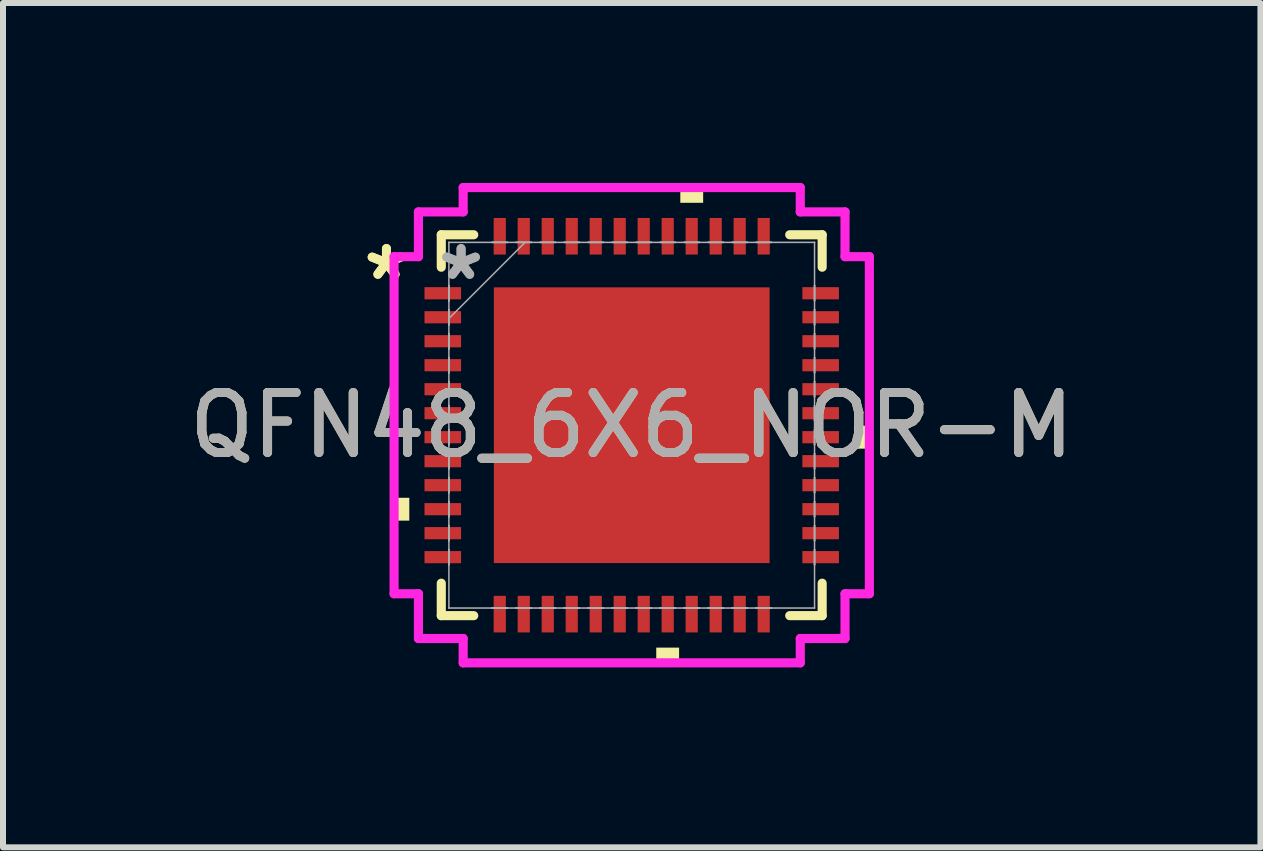
<source format=kicad_pcb>
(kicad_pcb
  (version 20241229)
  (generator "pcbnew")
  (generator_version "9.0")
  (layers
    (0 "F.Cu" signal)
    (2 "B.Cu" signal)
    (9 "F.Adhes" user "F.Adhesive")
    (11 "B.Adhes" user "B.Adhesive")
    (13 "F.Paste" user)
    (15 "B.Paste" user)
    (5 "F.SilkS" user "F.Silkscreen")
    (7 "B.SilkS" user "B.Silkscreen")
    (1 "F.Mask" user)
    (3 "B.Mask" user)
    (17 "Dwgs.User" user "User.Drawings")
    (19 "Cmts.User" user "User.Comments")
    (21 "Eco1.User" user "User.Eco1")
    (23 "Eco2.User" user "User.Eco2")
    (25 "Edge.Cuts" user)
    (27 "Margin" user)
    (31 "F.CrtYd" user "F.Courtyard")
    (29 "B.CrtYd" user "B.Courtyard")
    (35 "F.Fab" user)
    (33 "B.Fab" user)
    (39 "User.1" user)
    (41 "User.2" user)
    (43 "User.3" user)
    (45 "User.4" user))
  (footprint "QFN48_6X6_NOR-M"
    (layer "F.Cu")
    (at 7.482 4.039)
    (property "Reference" "QFN48_6X6_NOR-M" (at 0 0 0) (unlocked yes) (layer "F.SilkS") (effects (font (size 1 1) (thickness 0.15))))
    (attr smd)
    (fp_line (start -3.175 -3.175) (end -3.175 -2.634) (stroke (width 0.152) (type solid)) (layer "F.SilkS"))
    (fp_line (start -3.175 2.634) (end -3.175 3.175) (stroke (width 0.152) (type solid)) (layer "F.SilkS"))
    (fp_line (start -3.175 3.175) (end -2.634 3.175) (stroke (width 0.152) (type solid)) (layer "F.SilkS"))
    (fp_line (start -2.634 -3.175) (end -3.175 -3.175) (stroke (width 0.152) (type solid)) (layer "F.SilkS"))
    (fp_line (start 2.634 3.175) (end 3.175 3.175) (stroke (width 0.152) (type solid)) (layer "F.SilkS"))
    (fp_line (start 3.175 -3.175) (end 2.634 -3.175) (stroke (width 0.152) (type solid)) (layer "F.SilkS"))
    (fp_line (start 3.175 -2.634) (end 3.175 -3.175) (stroke (width 0.152) (type solid)) (layer "F.SilkS"))
    (fp_line (start 3.175 3.175) (end 3.175 2.634) (stroke (width 0.152) (type solid)) (layer "F.SilkS"))
    (fp_poly (pts (xy -3.962 1.21) (xy -3.962 1.591) (xy -3.708 1.591) (xy -3.708 1.21)) (stroke (width 0) (type solid)) (fill yes) (layer "F.SilkS"))
    (fp_poly (pts (xy 0.409 3.708) (xy 0.409 3.962) (xy 0.79 3.962) (xy 0.79 3.708)) (stroke (width 0) (type solid)) (fill yes) (layer "F.SilkS"))
    (fp_poly (pts (xy 0.81 -3.708) (xy 0.81 -3.962) (xy 1.191 -3.962) (xy 1.191 -3.708)) (stroke (width 0) (type solid)) (fill yes) (layer "F.SilkS"))
    (fp_poly (pts (xy 3.962 0.009) (xy 3.962 0.391) (xy 3.708 0.391) (xy 3.708 0.009)) (stroke (width 0) (type solid)) (fill yes) (layer "F.SilkS"))
    (fp_poly (pts (xy -2.199 -2.199) (xy -2.199 -0.866) (xy -0.866 -0.866) (xy -0.866 -2.199)) (stroke (width 0) (type solid)) (fill yes) (layer "F.Paste"))
    (fp_poly (pts (xy -2.199 -0.666) (xy -2.199 0.666) (xy -0.866 0.666) (xy -0.866 -0.666)) (stroke (width 0) (type solid)) (fill yes) (layer "F.Paste"))
    (fp_poly (pts (xy -2.199 0.866) (xy -2.199 2.199) (xy -0.866 2.199) (xy -0.866 0.866)) (stroke (width 0) (type solid)) (fill yes) (layer "F.Paste"))
    (fp_poly (pts (xy -0.666 -2.199) (xy -0.666 -0.866) (xy 0.666 -0.866) (xy 0.666 -2.199)) (stroke (width 0) (type solid)) (fill yes) (layer "F.Paste"))
    (fp_poly (pts (xy -0.666 -0.666) (xy -0.666 0.666) (xy 0.666 0.666) (xy 0.666 -0.666)) (stroke (width 0) (type solid)) (fill yes) (layer "F.Paste"))
    (fp_poly (pts (xy -0.666 0.866) (xy -0.666 2.199) (xy 0.666 2.199) (xy 0.666 0.866)) (stroke (width 0) (type solid)) (fill yes) (layer "F.Paste"))
    (fp_poly (pts (xy 0.866 -2.199) (xy 0.866 -0.866) (xy 2.199 -0.866) (xy 2.199 -2.199)) (stroke (width 0) (type solid)) (fill yes) (layer "F.Paste"))
    (fp_poly (pts (xy 0.866 -0.666) (xy 0.866 0.666) (xy 2.199 0.666) (xy 2.199 -0.666)) (stroke (width 0) (type solid)) (fill yes) (layer "F.Paste"))
    (fp_poly (pts (xy 0.866 0.866) (xy 0.866 2.199) (xy 2.199 2.199) (xy 2.199 0.866)) (stroke (width 0) (type solid)) (fill yes) (layer "F.Paste"))
    (fp_line (start -3.962 -2.81) (end -3.556 -2.81) (stroke (width 0.152) (type solid)) (layer "F.CrtYd"))
    (fp_line (start -3.962 2.81) (end -3.962 -2.81) (stroke (width 0.152) (type solid)) (layer "F.CrtYd"))
    (fp_line (start -3.556 -3.556) (end -2.81 -3.556) (stroke (width 0.152) (type solid)) (layer "F.CrtYd"))
    (fp_line (start -3.556 -2.81) (end -3.556 -3.556) (stroke (width 0.152) (type solid)) (layer "F.CrtYd"))
    (fp_line (start -3.556 2.81) (end -3.962 2.81) (stroke (width 0.152) (type solid)) (layer "F.CrtYd"))
    (fp_line (start -3.556 3.556) (end -3.556 2.81) (stroke (width 0.152) (type solid)) (layer "F.CrtYd"))
    (fp_line (start -2.81 -3.962) (end 2.81 -3.962) (stroke (width 0.152) (type solid)) (layer "F.CrtYd"))
    (fp_line (start -2.81 -3.556) (end -2.81 -3.962) (stroke (width 0.152) (type solid)) (layer "F.CrtYd"))
    (fp_line (start -2.81 3.556) (end -3.556 3.556) (stroke (width 0.152) (type solid)) (layer "F.CrtYd"))
    (fp_line (start -2.81 3.962) (end -2.81 3.556) (stroke (width 0.152) (type solid)) (layer "F.CrtYd"))
    (fp_line (start 2.81 -3.962) (end 2.81 -3.556) (stroke (width 0.152) (type solid)) (layer "F.CrtYd"))
    (fp_line (start 2.81 -3.556) (end 3.556 -3.556) (stroke (width 0.152) (type solid)) (layer "F.CrtYd"))
    (fp_line (start 2.81 3.556) (end 2.81 3.962) (stroke (width 0.152) (type solid)) (layer "F.CrtYd"))
    (fp_line (start 2.81 3.962) (end -2.81 3.962) (stroke (width 0.152) (type solid)) (layer "F.CrtYd"))
    (fp_line (start 3.556 -3.556) (end 3.556 -2.81) (stroke (width 0.152) (type solid)) (layer "F.CrtYd"))
    (fp_line (start 3.556 -2.81) (end 3.962 -2.81) (stroke (width 0.152) (type solid)) (layer "F.CrtYd"))
    (fp_line (start 3.556 2.81) (end 3.556 3.556) (stroke (width 0.152) (type solid)) (layer "F.CrtYd"))
    (fp_line (start 3.556 3.556) (end 2.81 3.556) (stroke (width 0.152) (type solid)) (layer "F.CrtYd"))
    (fp_line (start 3.962 -2.81) (end 3.962 2.81) (stroke (width 0.152) (type solid)) (layer "F.CrtYd"))
    (fp_line (start 3.962 2.81) (end 3.556 2.81) (stroke (width 0.152) (type solid)) (layer "F.CrtYd"))
    (fp_line (start -3.048 -3.048) (end -3.048 -3.048) (stroke (width 0.025) (type solid)) (layer "F.Fab"))
    (fp_line (start -3.048 -3.048) (end -3.048 3.048) (stroke (width 0.025) (type solid)) (layer "F.Fab"))
    (fp_line (start -3.048 -2.327) (end -3.048 -2.327) (stroke (width 0.025) (type solid)) (layer "F.Fab"))
    (fp_line (start -3.048 -2.327) (end -3.048 -2.073) (stroke (width 0.025) (type solid)) (layer "F.Fab"))
    (fp_line (start -3.048 -2.073) (end -3.048 -2.327) (stroke (width 0.025) (type solid)) (layer "F.Fab"))
    (fp_line (start -3.048 -2.073) (end -3.048 -2.073) (stroke (width 0.025) (type solid)) (layer "F.Fab"))
    (fp_line (start -3.048 -1.927) (end -3.048 -1.927) (stroke (width 0.025) (type solid)) (layer "F.Fab"))
    (fp_line (start -3.048 -1.927) (end -3.048 -1.673) (stroke (width 0.025) (type solid)) (layer "F.Fab"))
    (fp_line (start -3.048 -1.778) (end -1.778 -3.048) (stroke (width 0.025) (type solid)) (layer "F.Fab"))
    (fp_line (start -3.048 -1.673) (end -3.048 -1.927) (stroke (width 0.025) (type solid)) (layer "F.Fab"))
    (fp_line (start -3.048 -1.673) (end -3.048 -1.673) (stroke (width 0.025) (type solid)) (layer "F.Fab"))
    (fp_line (start -3.048 -1.527) (end -3.048 -1.527) (stroke (width 0.025) (type solid)) (layer "F.Fab"))
    (fp_line (start -3.048 -1.527) (end -3.048 -1.273) (stroke (width 0.025) (type solid)) (layer "F.Fab"))
    (fp_line (start -3.048 -1.273) (end -3.048 -1.527) (stroke (width 0.025) (type solid)) (layer "F.Fab"))
    (fp_line (start -3.048 -1.273) (end -3.048 -1.273) (stroke (width 0.025) (type solid)) (layer "F.Fab"))
    (fp_line (start -3.048 -1.127) (end -3.048 -1.127) (stroke (width 0.025) (type solid)) (layer "F.Fab"))
    (fp_line (start -3.048 -1.127) (end -3.048 -0.873) (stroke (width 0.025) (type solid)) (layer "F.Fab"))
    (fp_line (start -3.048 -0.873) (end -3.048 -1.127) (stroke (width 0.025) (type solid)) (layer "F.Fab"))
    (fp_line (start -3.048 -0.873) (end -3.048 -0.873) (stroke (width 0.025) (type solid)) (layer "F.Fab"))
    (fp_line (start -3.048 -0.727) (end -3.048 -0.727) (stroke (width 0.025) (type solid)) (layer "F.Fab"))
    (fp_line (start -3.048 -0.727) (end -3.048 -0.473) (stroke (width 0.025) (type solid)) (layer "F.Fab"))
    (fp_line (start -3.048 -0.473) (end -3.048 -0.727) (stroke (width 0.025) (type solid)) (layer "F.Fab"))
    (fp_line (start -3.048 -0.473) (end -3.048 -0.473) (stroke (width 0.025) (type solid)) (layer "F.Fab"))
    (fp_line (start -3.048 -0.327) (end -3.048 -0.327) (stroke (width 0.025) (type solid)) (layer "F.Fab"))
    (fp_line (start -3.048 -0.327) (end -3.048 -0.073) (stroke (width 0.025) (type solid)) (layer "F.Fab"))
    (fp_line (start -3.048 -0.073) (end -3.048 -0.327) (stroke (width 0.025) (type solid)) (layer "F.Fab"))
    (fp_line (start -3.048 -0.073) (end -3.048 -0.073) (stroke (width 0.025) (type solid)) (layer "F.Fab"))
    (fp_line (start -3.048 0.073) (end -3.048 0.073) (stroke (width 0.025) (type solid)) (layer "F.Fab"))
    (fp_line (start -3.048 0.073) (end -3.048 0.327) (stroke (width 0.025) (type solid)) (layer "F.Fab"))
    (fp_line (start -3.048 0.327) (end -3.048 0.073) (stroke (width 0.025) (type solid)) (layer "F.Fab"))
    (fp_line (start -3.048 0.327) (end -3.048 0.327) (stroke (width 0.025) (type solid)) (layer "F.Fab"))
    (fp_line (start -3.048 0.473) (end -3.048 0.473) (stroke (width 0.025) (type solid)) (layer "F.Fab"))
    (fp_line (start -3.048 0.473) (end -3.048 0.727) (stroke (width 0.025) (type solid)) (layer "F.Fab"))
    (fp_line (start -3.048 0.727) (end -3.048 0.473) (stroke (width 0.025) (type solid)) (layer "F.Fab"))
    (fp_line (start -3.048 0.727) (end -3.048 0.727) (stroke (width 0.025) (type solid)) (layer "F.Fab"))
    (fp_line (start -3.048 0.873) (end -3.048 0.873) (stroke (width 0.025) (type solid)) (layer "F.Fab"))
    (fp_line (start -3.048 0.873) (end -3.048 1.127) (stroke (width 0.025) (type solid)) (layer "F.Fab"))
    (fp_line (start -3.048 1.127) (end -3.048 0.873) (stroke (width 0.025) (type solid)) (layer "F.Fab"))
    (fp_line (start -3.048 1.127) (end -3.048 1.127) (stroke (width 0.025) (type solid)) (layer "F.Fab"))
    (fp_line (start -3.048 1.273) (end -3.048 1.273) (stroke (width 0.025) (type solid)) (layer "F.Fab"))
    (fp_line (start -3.048 1.273) (end -3.048 1.527) (stroke (width 0.025) (type solid)) (layer "F.Fab"))
    (fp_line (start -3.048 1.527) (end -3.048 1.273) (stroke (width 0.025) (type solid)) (layer "F.Fab"))
    (fp_line (start -3.048 1.527) (end -3.048 1.527) (stroke (width 0.025) (type solid)) (layer "F.Fab"))
    (fp_line (start -3.048 1.673) (end -3.048 1.673) (stroke (width 0.025) (type solid)) (layer "F.Fab"))
    (fp_line (start -3.048 1.673) (end -3.048 1.927) (stroke (width 0.025) (type solid)) (layer "F.Fab"))
    (fp_line (start -3.048 1.927) (end -3.048 1.673) (stroke (width 0.025) (type solid)) (layer "F.Fab"))
    (fp_line (start -3.048 1.927) (end -3.048 1.927) (stroke (width 0.025) (type solid)) (layer "F.Fab"))
    (fp_line (start -3.048 2.073) (end -3.048 2.073) (stroke (width 0.025) (type solid)) (layer "F.Fab"))
    (fp_line (start -3.048 2.073) (end -3.048 2.327) (stroke (width 0.025) (type solid)) (layer "F.Fab"))
    (fp_line (start -3.048 2.327) (end -3.048 2.073) (stroke (width 0.025) (type solid)) (layer "F.Fab"))
    (fp_line (start -3.048 2.327) (end -3.048 2.327) (stroke (width 0.025) (type solid)) (layer "F.Fab"))
    (fp_line (start -3.048 3.048) (end -3.048 3.048) (stroke (width 0.025) (type solid)) (layer "F.Fab"))
    (fp_line (start -3.048 3.048) (end 3.048 3.048) (stroke (width 0.025) (type solid)) (layer "F.Fab"))
    (fp_line (start -2.327 -3.048) (end -2.327 -3.048) (stroke (width 0.025) (type solid)) (layer "F.Fab"))
    (fp_line (start -2.327 -3.048) (end -2.073 -3.048) (stroke (width 0.025) (type solid)) (layer "F.Fab"))
    (fp_line (start -2.327 3.048) (end -2.327 3.048) (stroke (width 0.025) (type solid)) (layer "F.Fab"))
    (fp_line (start -2.327 3.048) (end -2.073 3.048) (stroke (width 0.025) (type solid)) (layer "F.Fab"))
    (fp_line (start -2.073 -3.048) (end -2.327 -3.048) (stroke (width 0.025) (type solid)) (layer "F.Fab"))
    (fp_line (start -2.073 -3.048) (end -2.073 -3.048) (stroke (width 0.025) (type solid)) (layer "F.Fab"))
    (fp_line (start -2.073 3.048) (end -2.327 3.048) (stroke (width 0.025) (type solid)) (layer "F.Fab"))
    (fp_line (start -2.073 3.048) (end -2.073 3.048) (stroke (width 0.025) (type solid)) (layer "F.Fab"))
    (fp_line (start -1.927 -3.048) (end -1.927 -3.048) (stroke (width 0.025) (type solid)) (layer "F.Fab"))
    (fp_line (start -1.927 -3.048) (end -1.673 -3.048) (stroke (width 0.025) (type solid)) (layer "F.Fab"))
    (fp_line (start -1.927 3.048) (end -1.927 3.048) (stroke (width 0.025) (type solid)) (layer "F.Fab"))
    (fp_line (start -1.927 3.048) (end -1.673 3.048) (stroke (width 0.025) (type solid)) (layer "F.Fab"))
    (fp_line (start -1.673 -3.048) (end -1.927 -3.048) (stroke (width 0.025) (type solid)) (layer "F.Fab"))
    (fp_line (start -1.673 -3.048) (end -1.673 -3.048) (stroke (width 0.025) (type solid)) (layer "F.Fab"))
    (fp_line (start -1.673 3.048) (end -1.927 3.048) (stroke (width 0.025) (type solid)) (layer "F.Fab"))
    (fp_line (start -1.673 3.048) (end -1.673 3.048) (stroke (width 0.025) (type solid)) (layer "F.Fab"))
    (fp_line (start -1.527 -3.048) (end -1.527 -3.048) (stroke (width 0.025) (type solid)) (layer "F.Fab"))
    (fp_line (start -1.527 -3.048) (end -1.273 -3.048) (stroke (width 0.025) (type solid)) (layer "F.Fab"))
    (fp_line (start -1.527 3.048) (end -1.527 3.048) (stroke (width 0.025) (type solid)) (layer "F.Fab"))
    (fp_line (start -1.527 3.048) (end -1.273 3.048) (stroke (width 0.025) (type solid)) (layer "F.Fab"))
    (fp_line (start -1.273 -3.048) (end -1.527 -3.048) (stroke (width 0.025) (type solid)) (layer "F.Fab"))
    (fp_line (start -1.273 -3.048) (end -1.273 -3.048) (stroke (width 0.025) (type solid)) (layer "F.Fab"))
    (fp_line (start -1.273 3.048) (end -1.527 3.048) (stroke (width 0.025) (type solid)) (layer "F.Fab"))
    (fp_line (start -1.273 3.048) (end -1.273 3.048) (stroke (width 0.025) (type solid)) (layer "F.Fab"))
    (fp_line (start -1.127 -3.048) (end -1.127 -3.048) (stroke (width 0.025) (type solid)) (layer "F.Fab"))
    (fp_line (start -1.127 -3.048) (end -0.873 -3.048) (stroke (width 0.025) (type solid)) (layer "F.Fab"))
    (fp_line (start -1.127 3.048) (end -1.127 3.048) (stroke (width 0.025) (type solid)) (layer "F.Fab"))
    (fp_line (start -1.127 3.048) (end -0.873 3.048) (stroke (width 0.025) (type solid)) (layer "F.Fab"))
    (fp_line (start -0.873 -3.048) (end -1.127 -3.048) (stroke (width 0.025) (type solid)) (layer "F.Fab"))
    (fp_line (start -0.873 -3.048) (end -0.873 -3.048) (stroke (width 0.025) (type solid)) (layer "F.Fab"))
    (fp_line (start -0.873 3.048) (end -1.127 3.048) (stroke (width 0.025) (type solid)) (layer "F.Fab"))
    (fp_line (start -0.873 3.048) (end -0.873 3.048) (stroke (width 0.025) (type solid)) (layer "F.Fab"))
    (fp_line (start -0.727 -3.048) (end -0.727 -3.048) (stroke (width 0.025) (type solid)) (layer "F.Fab"))
    (fp_line (start -0.727 -3.048) (end -0.473 -3.048) (stroke (width 0.025) (type solid)) (layer "F.Fab"))
    (fp_line (start -0.727 3.048) (end -0.727 3.048) (stroke (width 0.025) (type solid)) (layer "F.Fab"))
    (fp_line (start -0.727 3.048) (end -0.473 3.048) (stroke (width 0.025) (type solid)) (layer "F.Fab"))
    (fp_line (start -0.473 -3.048) (end -0.727 -3.048) (stroke (width 0.025) (type solid)) (layer "F.Fab"))
    (fp_line (start -0.473 -3.048) (end -0.473 -3.048) (stroke (width 0.025) (type solid)) (layer "F.Fab"))
    (fp_line (start -0.473 3.048) (end -0.727 3.048) (stroke (width 0.025) (type solid)) (layer "F.Fab"))
    (fp_line (start -0.473 3.048) (end -0.473 3.048) (stroke (width 0.025) (type solid)) (layer "F.Fab"))
    (fp_line (start -0.327 -3.048) (end -0.327 -3.048) (stroke (width 0.025) (type solid)) (layer "F.Fab"))
    (fp_line (start -0.327 -3.048) (end -0.073 -3.048) (stroke (width 0.025) (type solid)) (layer "F.Fab"))
    (fp_line (start -0.327 3.048) (end -0.327 3.048) (stroke (width 0.025) (type solid)) (layer "F.Fab"))
    (fp_line (start -0.327 3.048) (end -0.073 3.048) (stroke (width 0.025) (type solid)) (layer "F.Fab"))
    (fp_line (start -0.073 -3.048) (end -0.327 -3.048) (stroke (width 0.025) (type solid)) (layer "F.Fab"))
    (fp_line (start -0.073 -3.048) (end -0.073 -3.048) (stroke (width 0.025) (type solid)) (layer "F.Fab"))
    (fp_line (start -0.073 3.048) (end -0.327 3.048) (stroke (width 0.025) (type solid)) (layer "F.Fab"))
    (fp_line (start -0.073 3.048) (end -0.073 3.048) (stroke (width 0.025) (type solid)) (layer "F.Fab"))
    (fp_line (start 0.073 -3.048) (end 0.073 -3.048) (stroke (width 0.025) (type solid)) (layer "F.Fab"))
    (fp_line (start 0.073 -3.048) (end 0.327 -3.048) (stroke (width 0.025) (type solid)) (layer "F.Fab"))
    (fp_line (start 0.073 3.048) (end 0.073 3.048) (stroke (width 0.025) (type solid)) (layer "F.Fab"))
    (fp_line (start 0.073 3.048) (end 0.327 3.048) (stroke (width 0.025) (type solid)) (layer "F.Fab"))
    (fp_line (start 0.327 -3.048) (end 0.073 -3.048) (stroke (width 0.025) (type solid)) (layer "F.Fab"))
    (fp_line (start 0.327 -3.048) (end 0.327 -3.048) (stroke (width 0.025) (type solid)) (layer "F.Fab"))
    (fp_line (start 0.327 3.048) (end 0.073 3.048) (stroke (width 0.025) (type solid)) (layer "F.Fab"))
    (fp_line (start 0.327 3.048) (end 0.327 3.048) (stroke (width 0.025) (type solid)) (layer "F.Fab"))
    (fp_line (start 0.473 -3.048) (end 0.473 -3.048) (stroke (width 0.025) (type solid)) (layer "F.Fab"))
    (fp_line (start 0.473 -3.048) (end 0.727 -3.048) (stroke (width 0.025) (type solid)) (layer "F.Fab"))
    (fp_line (start 0.473 3.048) (end 0.473 3.048) (stroke (width 0.025) (type solid)) (layer "F.Fab"))
    (fp_line (start 0.473 3.048) (end 0.727 3.048) (stroke (width 0.025) (type solid)) (layer "F.Fab"))
    (fp_line (start 0.727 -3.048) (end 0.473 -3.048) (stroke (width 0.025) (type solid)) (layer "F.Fab"))
    (fp_line (start 0.727 -3.048) (end 0.727 -3.048) (stroke (width 0.025) (type solid)) (layer "F.Fab"))
    (fp_line (start 0.727 3.048) (end 0.473 3.048) (stroke (width 0.025) (type solid)) (layer "F.Fab"))
    (fp_line (start 0.727 3.048) (end 0.727 3.048) (stroke (width 0.025) (type solid)) (layer "F.Fab"))
    (fp_line (start 0.873 -3.048) (end 0.873 -3.048) (stroke (width 0.025) (type solid)) (layer "F.Fab"))
    (fp_line (start 0.873 -3.048) (end 1.127 -3.048) (stroke (width 0.025) (type solid)) (layer "F.Fab"))
    (fp_line (start 0.873 3.048) (end 0.873 3.048) (stroke (width 0.025) (type solid)) (layer "F.Fab"))
    (fp_line (start 0.873 3.048) (end 1.127 3.048) (stroke (width 0.025) (type solid)) (layer "F.Fab"))
    (fp_line (start 1.127 -3.048) (end 0.873 -3.048) (stroke (width 0.025) (type solid)) (layer "F.Fab"))
    (fp_line (start 1.127 -3.048) (end 1.127 -3.048) (stroke (width 0.025) (type solid)) (layer "F.Fab"))
    (fp_line (start 1.127 3.048) (end 0.873 3.048) (stroke (width 0.025) (type solid)) (layer "F.Fab"))
    (fp_line (start 1.127 3.048) (end 1.127 3.048) (stroke (width 0.025) (type solid)) (layer "F.Fab"))
    (fp_line (start 1.273 -3.048) (end 1.273 -3.048) (stroke (width 0.025) (type solid)) (layer "F.Fab"))
    (fp_line (start 1.273 -3.048) (end 1.527 -3.048) (stroke (width 0.025) (type solid)) (layer "F.Fab"))
    (fp_line (start 1.273 3.048) (end 1.273 3.048) (stroke (width 0.025) (type solid)) (layer "F.Fab"))
    (fp_line (start 1.273 3.048) (end 1.527 3.048) (stroke (width 0.025) (type solid)) (layer "F.Fab"))
    (fp_line (start 1.527 -3.048) (end 1.273 -3.048) (stroke (width 0.025) (type solid)) (layer "F.Fab"))
    (fp_line (start 1.527 -3.048) (end 1.527 -3.048) (stroke (width 0.025) (type solid)) (layer "F.Fab"))
    (fp_line (start 1.527 3.048) (end 1.273 3.048) (stroke (width 0.025) (type solid)) (layer "F.Fab"))
    (fp_line (start 1.527 3.048) (end 1.527 3.048) (stroke (width 0.025) (type solid)) (layer "F.Fab"))
    (fp_line (start 1.673 -3.048) (end 1.673 -3.048) (stroke (width 0.025) (type solid)) (layer "F.Fab"))
    (fp_line (start 1.673 -3.048) (end 1.927 -3.048) (stroke (width 0.025) (type solid)) (layer "F.Fab"))
    (fp_line (start 1.673 3.048) (end 1.673 3.048) (stroke (width 0.025) (type solid)) (layer "F.Fab"))
    (fp_line (start 1.673 3.048) (end 1.927 3.048) (stroke (width 0.025) (type solid)) (layer "F.Fab"))
    (fp_line (start 1.927 -3.048) (end 1.673 -3.048) (stroke (width 0.025) (type solid)) (layer "F.Fab"))
    (fp_line (start 1.927 -3.048) (end 1.927 -3.048) (stroke (width 0.025) (type solid)) (layer "F.Fab"))
    (fp_line (start 1.927 3.048) (end 1.673 3.048) (stroke (width 0.025) (type solid)) (layer "F.Fab"))
    (fp_line (start 1.927 3.048) (end 1.927 3.048) (stroke (width 0.025) (type solid)) (layer "F.Fab"))
    (fp_line (start 2.073 -3.048) (end 2.073 -3.048) (stroke (width 0.025) (type solid)) (layer "F.Fab"))
    (fp_line (start 2.073 -3.048) (end 2.327 -3.048) (stroke (width 0.025) (type solid)) (layer "F.Fab"))
    (fp_line (start 2.073 3.048) (end 2.073 3.048) (stroke (width 0.025) (type solid)) (layer "F.Fab"))
    (fp_line (start 2.073 3.048) (end 2.327 3.048) (stroke (width 0.025) (type solid)) (layer "F.Fab"))
    (fp_line (start 2.327 -3.048) (end 2.073 -3.048) (stroke (width 0.025) (type solid)) (layer "F.Fab"))
    (fp_line (start 2.327 -3.048) (end 2.327 -3.048) (stroke (width 0.025) (type solid)) (layer "F.Fab"))
    (fp_line (start 2.327 3.048) (end 2.073 3.048) (stroke (width 0.025) (type solid)) (layer "F.Fab"))
    (fp_line (start 2.327 3.048) (end 2.327 3.048) (stroke (width 0.025) (type solid)) (layer "F.Fab"))
    (fp_line (start 3.048 -3.048) (end -3.048 -3.048) (stroke (width 0.025) (type solid)) (layer "F.Fab"))
    (fp_line (start 3.048 -3.048) (end 3.048 -3.048) (stroke (width 0.025) (type solid)) (layer "F.Fab"))
    (fp_line (start 3.048 -2.327) (end 3.048 -2.327) (stroke (width 0.025) (type solid)) (layer "F.Fab"))
    (fp_line (start 3.048 -2.327) (end 3.048 -2.073) (stroke (width 0.025) (type solid)) (layer "F.Fab"))
    (fp_line (start 3.048 -2.073) (end 3.048 -2.327) (stroke (width 0.025) (type solid)) (layer "F.Fab"))
    (fp_line (start 3.048 -2.073) (end 3.048 -2.073) (stroke (width 0.025) (type solid)) (layer "F.Fab"))
    (fp_line (start 3.048 -1.927) (end 3.048 -1.927) (stroke (width 0.025) (type solid)) (layer "F.Fab"))
    (fp_line (start 3.048 -1.927) (end 3.048 -1.673) (stroke (width 0.025) (type solid)) (layer "F.Fab"))
    (fp_line (start 3.048 -1.673) (end 3.048 -1.927) (stroke (width 0.025) (type solid)) (layer "F.Fab"))
    (fp_line (start 3.048 -1.673) (end 3.048 -1.673) (stroke (width 0.025) (type solid)) (layer "F.Fab"))
    (fp_line (start 3.048 -1.527) (end 3.048 -1.527) (stroke (width 0.025) (type solid)) (layer "F.Fab"))
    (fp_line (start 3.048 -1.527) (end 3.048 -1.273) (stroke (width 0.025) (type solid)) (layer "F.Fab"))
    (fp_line (start 3.048 -1.273) (end 3.048 -1.527) (stroke (width 0.025) (type solid)) (layer "F.Fab"))
    (fp_line (start 3.048 -1.273) (end 3.048 -1.273) (stroke (width 0.025) (type solid)) (layer "F.Fab"))
    (fp_line (start 3.048 -1.127) (end 3.048 -1.127) (stroke (width 0.025) (type solid)) (layer "F.Fab"))
    (fp_line (start 3.048 -1.127) (end 3.048 -0.873) (stroke (width 0.025) (type solid)) (layer "F.Fab"))
    (fp_line (start 3.048 -0.873) (end 3.048 -1.127) (stroke (width 0.025) (type solid)) (layer "F.Fab"))
    (fp_line (start 3.048 -0.873) (end 3.048 -0.873) (stroke (width 0.025) (type solid)) (layer "F.Fab"))
    (fp_line (start 3.048 -0.727) (end 3.048 -0.727) (stroke (width 0.025) (type solid)) (layer "F.Fab"))
    (fp_line (start 3.048 -0.727) (end 3.048 -0.473) (stroke (width 0.025) (type solid)) (layer "F.Fab"))
    (fp_line (start 3.048 -0.473) (end 3.048 -0.727) (stroke (width 0.025) (type solid)) (layer "F.Fab"))
    (fp_line (start 3.048 -0.473) (end 3.048 -0.473) (stroke (width 0.025) (type solid)) (layer "F.Fab"))
    (fp_line (start 3.048 -0.327) (end 3.048 -0.327) (stroke (width 0.025) (type solid)) (layer "F.Fab"))
    (fp_line (start 3.048 -0.327) (end 3.048 -0.073) (stroke (width 0.025) (type solid)) (layer "F.Fab"))
    (fp_line (start 3.048 -0.073) (end 3.048 -0.327) (stroke (width 0.025) (type solid)) (layer "F.Fab"))
    (fp_line (start 3.048 -0.073) (end 3.048 -0.073) (stroke (width 0.025) (type solid)) (layer "F.Fab"))
    (fp_line (start 3.048 0.073) (end 3.048 0.073) (stroke (width 0.025) (type solid)) (layer "F.Fab"))
    (fp_line (start 3.048 0.073) (end 3.048 0.327) (stroke (width 0.025) (type solid)) (layer "F.Fab"))
    (fp_line (start 3.048 0.327) (end 3.048 0.073) (stroke (width 0.025) (type solid)) (layer "F.Fab"))
    (fp_line (start 3.048 0.327) (end 3.048 0.327) (stroke (width 0.025) (type solid)) (layer "F.Fab"))
    (fp_line (start 3.048 0.473) (end 3.048 0.473) (stroke (width 0.025) (type solid)) (layer "F.Fab"))
    (fp_line (start 3.048 0.473) (end 3.048 0.727) (stroke (width 0.025) (type solid)) (layer "F.Fab"))
    (fp_line (start 3.048 0.727) (end 3.048 0.473) (stroke (width 0.025) (type solid)) (layer "F.Fab"))
    (fp_line (start 3.048 0.727) (end 3.048 0.727) (stroke (width 0.025) (type solid)) (layer "F.Fab"))
    (fp_line (start 3.048 0.873) (end 3.048 0.873) (stroke (width 0.025) (type solid)) (layer "F.Fab"))
    (fp_line (start 3.048 0.873) (end 3.048 1.127) (stroke (width 0.025) (type solid)) (layer "F.Fab"))
    (fp_line (start 3.048 1.127) (end 3.048 0.873) (stroke (width 0.025) (type solid)) (layer "F.Fab"))
    (fp_line (start 3.048 1.127) (end 3.048 1.127) (stroke (width 0.025) (type solid)) (layer "F.Fab"))
    (fp_line (start 3.048 1.273) (end 3.048 1.273) (stroke (width 0.025) (type solid)) (layer "F.Fab"))
    (fp_line (start 3.048 1.273) (end 3.048 1.527) (stroke (width 0.025) (type solid)) (layer "F.Fab"))
    (fp_line (start 3.048 1.527) (end 3.048 1.273) (stroke (width 0.025) (type solid)) (layer "F.Fab"))
    (fp_line (start 3.048 1.527) (end 3.048 1.527) (stroke (width 0.025) (type solid)) (layer "F.Fab"))
    (fp_line (start 3.048 1.673) (end 3.048 1.673) (stroke (width 0.025) (type solid)) (layer "F.Fab"))
    (fp_line (start 3.048 1.673) (end 3.048 1.927) (stroke (width 0.025) (type solid)) (layer "F.Fab"))
    (fp_line (start 3.048 1.927) (end 3.048 1.673) (stroke (width 0.025) (type solid)) (layer "F.Fab"))
    (fp_line (start 3.048 1.927) (end 3.048 1.927) (stroke (width 0.025) (type solid)) (layer "F.Fab"))
    (fp_line (start 3.048 2.073) (end 3.048 2.073) (stroke (width 0.025) (type solid)) (layer "F.Fab"))
    (fp_line (start 3.048 2.073) (end 3.048 2.327) (stroke (width 0.025) (type solid)) (layer "F.Fab"))
    (fp_line (start 3.048 2.327) (end 3.048 2.073) (stroke (width 0.025) (type solid)) (layer "F.Fab"))
    (fp_line (start 3.048 2.327) (end 3.048 2.327) (stroke (width 0.025) (type solid)) (layer "F.Fab"))
    (fp_line (start 3.048 3.048) (end 3.048 -3.048) (stroke (width 0.025) (type solid)) (layer "F.Fab"))
    (fp_line (start 3.048 3.048) (end 3.048 3.048) (stroke (width 0.025) (type solid)) (layer "F.Fab"))
    (fp_text user "*" (at -4.089 -2.4 0) (layer "F.SilkS") (effects (font (size 1 1) (thickness 0.15))))
    (fp_text user "*" (at -4.089 -2.4 0) (unlocked yes) (layer "F.SilkS") (effects (font (size 1 1) (thickness 0.15))))
    (fp_text user "*" (at -2.845 -2.4 0) (layer "F.Fab") (effects (font (size 1 1) (thickness 0.15))))
    (fp_text user "${REFERENCE}" (at 0 0 0) (unlocked yes) (layer "F.Fab") (effects (font (size 1 1) (thickness 0.15))))
    (fp_text user "*" (at -2.845 -2.4 0) (unlocked yes) (layer "F.Fab") (effects (font (size 1 1) (thickness 0.15))))
    (pad "1" smd rect (at -3.15 -2.2 90) (size 0.203 0.61) (layers "F.Cu" "F.Mask" "F.Paste"))
    (pad "2" smd rect (at -3.15 -1.8 90) (size 0.203 0.61) (layers "F.Cu" "F.Mask" "F.Paste"))
    (pad "3" smd rect (at -3.15 -1.4 90) (size 0.203 0.61) (layers "F.Cu" "F.Mask" "F.Paste"))
    (pad "4" smd rect (at -3.15 -1 90) (size 0.203 0.61) (layers "F.Cu" "F.Mask" "F.Paste"))
    (pad "5" smd rect (at -3.15 -0.6 90) (size 0.203 0.61) (layers "F.Cu" "F.Mask" "F.Paste"))
    (pad "6" smd rect (at -3.15 -0.2 90) (size 0.203 0.61) (layers "F.Cu" "F.Mask" "F.Paste"))
    (pad "7" smd rect (at -3.15 0.2 90) (size 0.203 0.61) (layers "F.Cu" "F.Mask" "F.Paste"))
    (pad "8" smd rect (at -3.15 0.6 90) (size 0.203 0.61) (layers "F.Cu" "F.Mask" "F.Paste"))
    (pad "9" smd rect (at -3.15 1 90) (size 0.203 0.61) (layers "F.Cu" "F.Mask" "F.Paste"))
    (pad "10" smd rect (at -3.15 1.4 90) (size 0.203 0.61) (layers "F.Cu" "F.Mask" "F.Paste"))
    (pad "11" smd rect (at -3.15 1.8 90) (size 0.203 0.61) (layers "F.Cu" "F.Mask" "F.Paste"))
    (pad "12" smd rect (at -3.15 2.2 90) (size 0.203 0.61) (layers "F.Cu" "F.Mask" "F.Paste"))
    (pad "13" smd rect (at -2.2 3.15) (size 0.203 0.61) (layers "F.Cu" "F.Mask" "F.Paste"))
    (pad "14" smd rect (at -1.8 3.15) (size 0.203 0.61) (layers "F.Cu" "F.Mask" "F.Paste"))
    (pad "15" smd rect (at -1.4 3.15) (size 0.203 0.61) (layers "F.Cu" "F.Mask" "F.Paste"))
    (pad "16" smd rect (at -1 3.15) (size 0.203 0.61) (layers "F.Cu" "F.Mask" "F.Paste"))
    (pad "17" smd rect (at -0.6 3.15) (size 0.203 0.61) (layers "F.Cu" "F.Mask" "F.Paste"))
    (pad "18" smd rect (at -0.2 3.15) (size 0.203 0.61) (layers "F.Cu" "F.Mask" "F.Paste"))
    (pad "19" smd rect (at 0.2 3.15) (size 0.203 0.61) (layers "F.Cu" "F.Mask" "F.Paste"))
    (pad "20" smd rect (at 0.6 3.15) (size 0.203 0.61) (layers "F.Cu" "F.Mask" "F.Paste"))
    (pad "21" smd rect (at 1 3.15) (size 0.203 0.61) (layers "F.Cu" "F.Mask" "F.Paste"))
    (pad "22" smd rect (at 1.4 3.15) (size 0.203 0.61) (layers "F.Cu" "F.Mask" "F.Paste"))
    (pad "23" smd rect (at 1.8 3.15) (size 0.203 0.61) (layers "F.Cu" "F.Mask" "F.Paste"))
    (pad "24" smd rect (at 2.2 3.15) (size 0.203 0.61) (layers "F.Cu" "F.Mask" "F.Paste"))
    (pad "25" smd rect (at 3.15 2.2 90) (size 0.203 0.61) (layers "F.Cu" "F.Mask" "F.Paste"))
    (pad "26" smd rect (at 3.15 1.8 90) (size 0.203 0.61) (layers "F.Cu" "F.Mask" "F.Paste"))
    (pad "27" smd rect (at 3.15 1.4 90) (size 0.203 0.61) (layers "F.Cu" "F.Mask" "F.Paste"))
    (pad "28" smd rect (at 3.15 1 90) (size 0.203 0.61) (layers "F.Cu" "F.Mask" "F.Paste"))
    (pad "29" smd rect (at 3.15 0.6 90) (size 0.203 0.61) (layers "F.Cu" "F.Mask" "F.Paste"))
    (pad "30" smd rect (at 3.15 0.2 90) (size 0.203 0.61) (layers "F.Cu" "F.Mask" "F.Paste"))
    (pad "31" smd rect (at 3.15 -0.2 90) (size 0.203 0.61) (layers "F.Cu" "F.Mask" "F.Paste"))
    (pad "32" smd rect (at 3.15 -0.6 90) (size 0.203 0.61) (layers "F.Cu" "F.Mask" "F.Paste"))
    (pad "33" smd rect (at 3.15 -1 90) (size 0.203 0.61) (layers "F.Cu" "F.Mask" "F.Paste"))
    (pad "34" smd rect (at 3.15 -1.4 90) (size 0.203 0.61) (layers "F.Cu" "F.Mask" "F.Paste"))
    (pad "35" smd rect (at 3.15 -1.8 90) (size 0.203 0.61) (layers "F.Cu" "F.Mask" "F.Paste"))
    (pad "36" smd rect (at 3.15 -2.2 90) (size 0.203 0.61) (layers "F.Cu" "F.Mask" "F.Paste"))
    (pad "37" smd rect (at 2.2 -3.15) (size 0.203 0.61) (layers "F.Cu" "F.Mask" "F.Paste"))
    (pad "38" smd rect (at 1.8 -3.15) (size 0.203 0.61) (layers "F.Cu" "F.Mask" "F.Paste"))
    (pad "39" smd rect (at 1.4 -3.15) (size 0.203 0.61) (layers "F.Cu" "F.Mask" "F.Paste"))
    (pad "40" smd rect (at 1 -3.15) (size 0.203 0.61) (layers "F.Cu" "F.Mask" "F.Paste"))
    (pad "41" smd rect (at 0.6 -3.15) (size 0.203 0.61) (layers "F.Cu" "F.Mask" "F.Paste"))
    (pad "42" smd rect (at 0.2 -3.15) (size 0.203 0.61) (layers "F.Cu" "F.Mask" "F.Paste"))
    (pad "43" smd rect (at -0.2 -3.15) (size 0.203 0.61) (layers "F.Cu" "F.Mask" "F.Paste"))
    (pad "44" smd rect (at -0.6 -3.15) (size 0.203 0.61) (layers "F.Cu" "F.Mask" "F.Paste"))
    (pad "45" smd rect (at -1 -3.15) (size 0.203 0.61) (layers "F.Cu" "F.Mask" "F.Paste"))
    (pad "46" smd rect (at -1.4 -3.15) (size 0.203 0.61) (layers "F.Cu" "F.Mask" "F.Paste"))
    (pad "47" smd rect (at -1.8 -3.15) (size 0.203 0.61) (layers "F.Cu" "F.Mask" "F.Paste"))
    (pad "48" smd rect (at -2.2 -3.15) (size 0.203 0.61) (layers "F.Cu" "F.Mask" "F.Paste"))
    (pad "49" smd rect (at 0 0) (size 4.597 4.597) (layers "F.Cu" "F.Mask" "F.Paste")))
  (gr_rect
    (start -3 -3)
    (end 17.964 11.077)
    (stroke (width 0.1) (type default))
    (fill no)
    (layer "Edge.Cuts")))
</source>
